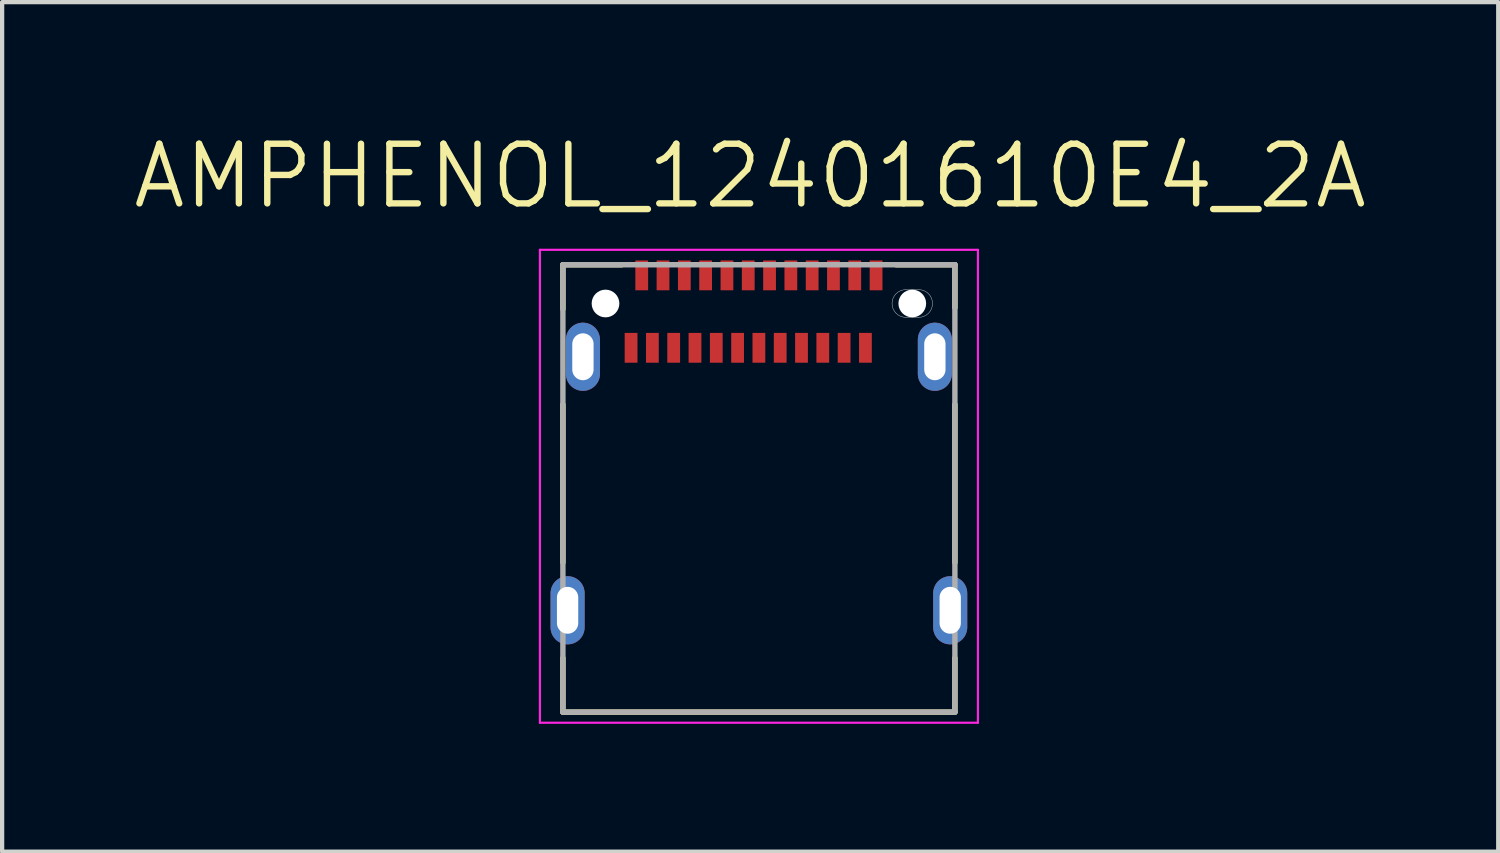
<source format=kicad_pcb>
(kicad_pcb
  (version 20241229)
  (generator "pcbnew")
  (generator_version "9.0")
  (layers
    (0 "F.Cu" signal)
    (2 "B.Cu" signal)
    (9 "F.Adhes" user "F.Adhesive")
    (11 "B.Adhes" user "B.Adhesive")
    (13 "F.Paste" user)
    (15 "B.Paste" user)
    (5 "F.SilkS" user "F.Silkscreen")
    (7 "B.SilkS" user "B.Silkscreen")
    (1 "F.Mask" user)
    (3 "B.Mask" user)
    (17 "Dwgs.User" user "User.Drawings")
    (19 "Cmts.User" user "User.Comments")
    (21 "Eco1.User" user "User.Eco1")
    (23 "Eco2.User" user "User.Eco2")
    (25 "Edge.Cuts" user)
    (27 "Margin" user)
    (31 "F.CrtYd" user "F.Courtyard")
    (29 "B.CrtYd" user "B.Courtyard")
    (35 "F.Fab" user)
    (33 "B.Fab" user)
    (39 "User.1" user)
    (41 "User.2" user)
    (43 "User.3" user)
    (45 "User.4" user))
  (footprint "AMPHENOL_12401610E4_2A"
    (layer "F.Cu")
    (at 14.761 4.073)
    (property "Reference" "AMPHENOL_12401610E4_2A" (at -0.205 -2.99 0) (layer "F.SilkS") (effects (font (size 1.4 1.4) (thickness 0.15))))
    (attr smd)
    (fp_line (start -4.6 -0.91) (end -3.22 -0.91) (stroke (width 0.127) (type solid)) (layer "F.SilkS"))
    (fp_line (start -4.6 0.13) (end -4.6 -0.91) (stroke (width 0.127) (type solid)) (layer "F.SilkS"))
    (fp_line (start -4.6 2.37) (end -4.6 6.08) (stroke (width 0.127) (type solid)) (layer "F.SilkS"))
    (fp_line (start -4.6 9.59) (end -4.6 8.32) (stroke (width 0.127) (type solid)) (layer "F.SilkS"))
    (fp_line (start 3.22 -0.91) (end 4.6 -0.91) (stroke (width 0.127) (type solid)) (layer "F.SilkS"))
    (fp_line (start 4.6 -0.91) (end 4.6 0.1) (stroke (width 0.127) (type solid)) (layer "F.SilkS"))
    (fp_line (start 4.6 2.37) (end 4.6 6.08) (stroke (width 0.127) (type solid)) (layer "F.SilkS"))
    (fp_line (start 4.6 9.59) (end -4.6 9.59) (stroke (width 0.127) (type solid)) (layer "F.SilkS"))
    (fp_line (start 4.6 9.59) (end 4.6 8.32) (stroke (width 0.127) (type solid)) (layer "F.SilkS"))
    (fp_line (start 3.45 -0.325) (end 3.75 -0.325) (stroke (width 0.01) (type solid)) (layer "Edge.Cuts"))
    (fp_line (start 3.75 0.325) (end 3.45 0.325) (stroke (width 0.01) (type solid)) (layer "Edge.Cuts"))
    (fp_arc (start 3.45 0.325) (mid 3.125 0) (end 3.45 -0.325) (stroke (width 0.01) (type solid)) (layer "Edge.Cuts"))
    (fp_arc (start 3.75 -0.325) (mid 4.075 0) (end 3.75 0.325) (stroke (width 0.01) (type solid)) (layer "Edge.Cuts"))
    (fp_line (start -5.14 -1.26) (end -5.14 9.84) (stroke (width 0.05) (type solid)) (layer "F.CrtYd"))
    (fp_line (start -5.14 9.84) (end 5.14 9.84) (stroke (width 0.05) (type solid)) (layer "F.CrtYd"))
    (fp_line (start 5.14 -1.26) (end -5.14 -1.26) (stroke (width 0.05) (type solid)) (layer "F.CrtYd"))
    (fp_line (start 5.14 9.84) (end 5.14 -1.26) (stroke (width 0.05) (type solid)) (layer "F.CrtYd"))
    (fp_line (start -4.6 -0.91) (end 4.6 -0.91) (stroke (width 0.127) (type solid)) (layer "F.Fab"))
    (fp_line (start -4.6 9.59) (end -4.6 -0.91) (stroke (width 0.127) (type solid)) (layer "F.Fab"))
    (fp_line (start 4.6 -0.91) (end 4.6 9.59) (stroke (width 0.127) (type solid)) (layer "F.Fab"))
    (fp_line (start 4.6 9.59) (end -4.6 9.59) (stroke (width 0.127) (type solid)) (layer "F.Fab"))
    (pad "" np_thru_hole circle (at -3.6 0) (size 0.65 0.65) (drill 0.65) (layers "*.Cu" "*.Mask"))
    (pad "" np_thru_hole circle (at 3.6 0) (size 0.65 0.65) (drill 0.65) (layers "*.Cu" "*.Mask"))
    (pad "A1" smd rect (at -2.75 -0.66) (size 0.3 0.7) (layers "F.Cu" "F.Mask" "F.Paste"))
    (pad "A2" smd rect (at -2.25 -0.66) (size 0.3 0.7) (layers "F.Cu" "F.Mask" "F.Paste"))
    (pad "A3" smd rect (at -1.75 -0.66) (size 0.3 0.7) (layers "F.Cu" "F.Mask" "F.Paste"))
    (pad "A4" smd rect (at -1.25 -0.66) (size 0.3 0.7) (layers "F.Cu" "F.Mask" "F.Paste"))
    (pad "A5" smd rect (at -0.75 -0.66) (size 0.3 0.7) (layers "F.Cu" "F.Mask" "F.Paste"))
    (pad "A6" smd rect (at -0.25 -0.66) (size 0.3 0.7) (layers "F.Cu" "F.Mask" "F.Paste"))
    (pad "A7" smd rect (at 0.25 -0.66) (size 0.3 0.7) (layers "F.Cu" "F.Mask" "F.Paste"))
    (pad "A8" smd rect (at 0.75 -0.66) (size 0.3 0.7) (layers "F.Cu" "F.Mask" "F.Paste"))
    (pad "A9" smd rect (at 1.25 -0.66) (size 0.3 0.7) (layers "F.Cu" "F.Mask" "F.Paste"))
    (pad "A10" smd rect (at 1.75 -0.66) (size 0.3 0.7) (layers "F.Cu" "F.Mask" "F.Paste"))
    (pad "A11" smd rect (at 2.25 -0.66) (size 0.3 0.7) (layers "F.Cu" "F.Mask" "F.Paste"))
    (pad "A12" smd rect (at 2.75 -0.66) (size 0.3 0.7) (layers "F.Cu" "F.Mask" "F.Paste"))
    (pad "B1" smd rect (at 2.5 1.04) (size 0.3 0.7) (layers "F.Cu" "F.Mask" "F.Paste"))
    (pad "B2" smd rect (at 2 1.04) (size 0.3 0.7) (layers "F.Cu" "F.Mask" "F.Paste"))
    (pad "B3" smd rect (at 1.5 1.04) (size 0.3 0.7) (layers "F.Cu" "F.Mask" "F.Paste"))
    (pad "B4" smd rect (at 1 1.04) (size 0.3 0.7) (layers "F.Cu" "F.Mask" "F.Paste"))
    (pad "B5" smd rect (at 0.5 1.04) (size 0.3 0.7) (layers "F.Cu" "F.Mask" "F.Paste"))
    (pad "B6" smd rect (at 0 1.04) (size 0.3 0.7) (layers "F.Cu" "F.Mask" "F.Paste"))
    (pad "B7" smd rect (at -0.5 1.04) (size 0.3 0.7) (layers "F.Cu" "F.Mask" "F.Paste"))
    (pad "B8" smd rect (at -1 1.04) (size 0.3 0.7) (layers "F.Cu" "F.Mask" "F.Paste"))
    (pad "B9" smd rect (at -1.5 1.04) (size 0.3 0.7) (layers "F.Cu" "F.Mask" "F.Paste"))
    (pad "B10" smd rect (at -2 1.04) (size 0.3 0.7) (layers "F.Cu" "F.Mask" "F.Paste"))
    (pad "B11" smd rect (at -2.5 1.04) (size 0.3 0.7) (layers "F.Cu" "F.Mask" "F.Paste"))
    (pad "B12" smd rect (at -3 1.04) (size 0.3 0.7) (layers "F.Cu" "F.Mask" "F.Paste"))
    (pad "S1" thru_hole oval (at -4.13 1.25) (size 0.8 1.6) (drill oval 0.5 1.1) (layers "*.Cu" "*.Mask"))
    (pad "S2" thru_hole oval (at 4.13 1.25) (size 0.8 1.6) (drill oval 0.5 1.1) (layers "*.Cu" "*.Mask"))
    (pad "S3" thru_hole oval (at 4.49 7.2) (size 0.8 1.6) (drill oval 0.5 1.1) (layers "*.Cu" "*.Mask"))
    (pad "S4" thru_hole oval (at -4.49 7.2) (size 0.8 1.6) (drill oval 0.5 1.1) (layers "*.Cu" "*.Mask"))
    (zone (net_name "") (layer "F.Cu") (hatch full 0.508) (connect_pads) (min_thickness 0.01) (filled_areas_thickness no) (keepout (tracks not_allowed) (vias not_allowed) (pads not_allowed) (copperpour not_allowed) (footprints allowed)) (placement (enabled no)) (fill) (polygon (pts (xy 11.011 6.023) (xy 18.511 6.023) (xy 18.511 12.823) (xy 11.011 12.823))))
    (zone (net_name "") (layers "F.Cu" "B.Cu") (hatch full 0.508) (connect_pads) (min_thickness 0.01) (filled_areas_thickness no) (keepout (tracks allowed) (vias not_allowed) (pads allowed) (copperpour allowed) (footprints allowed)) (placement (enabled no)) (fill) (polygon (pts (xy 11.011 6.023) (xy 18.511 6.023) (xy 18.511 12.823) (xy 11.011 12.823)))))
  (gr_rect
    (start -3 -3)
    (end 32.113 16.938)
    (stroke (width 0.1) (type default))
    (fill no)
    (layer "Edge.Cuts")))
</source>
